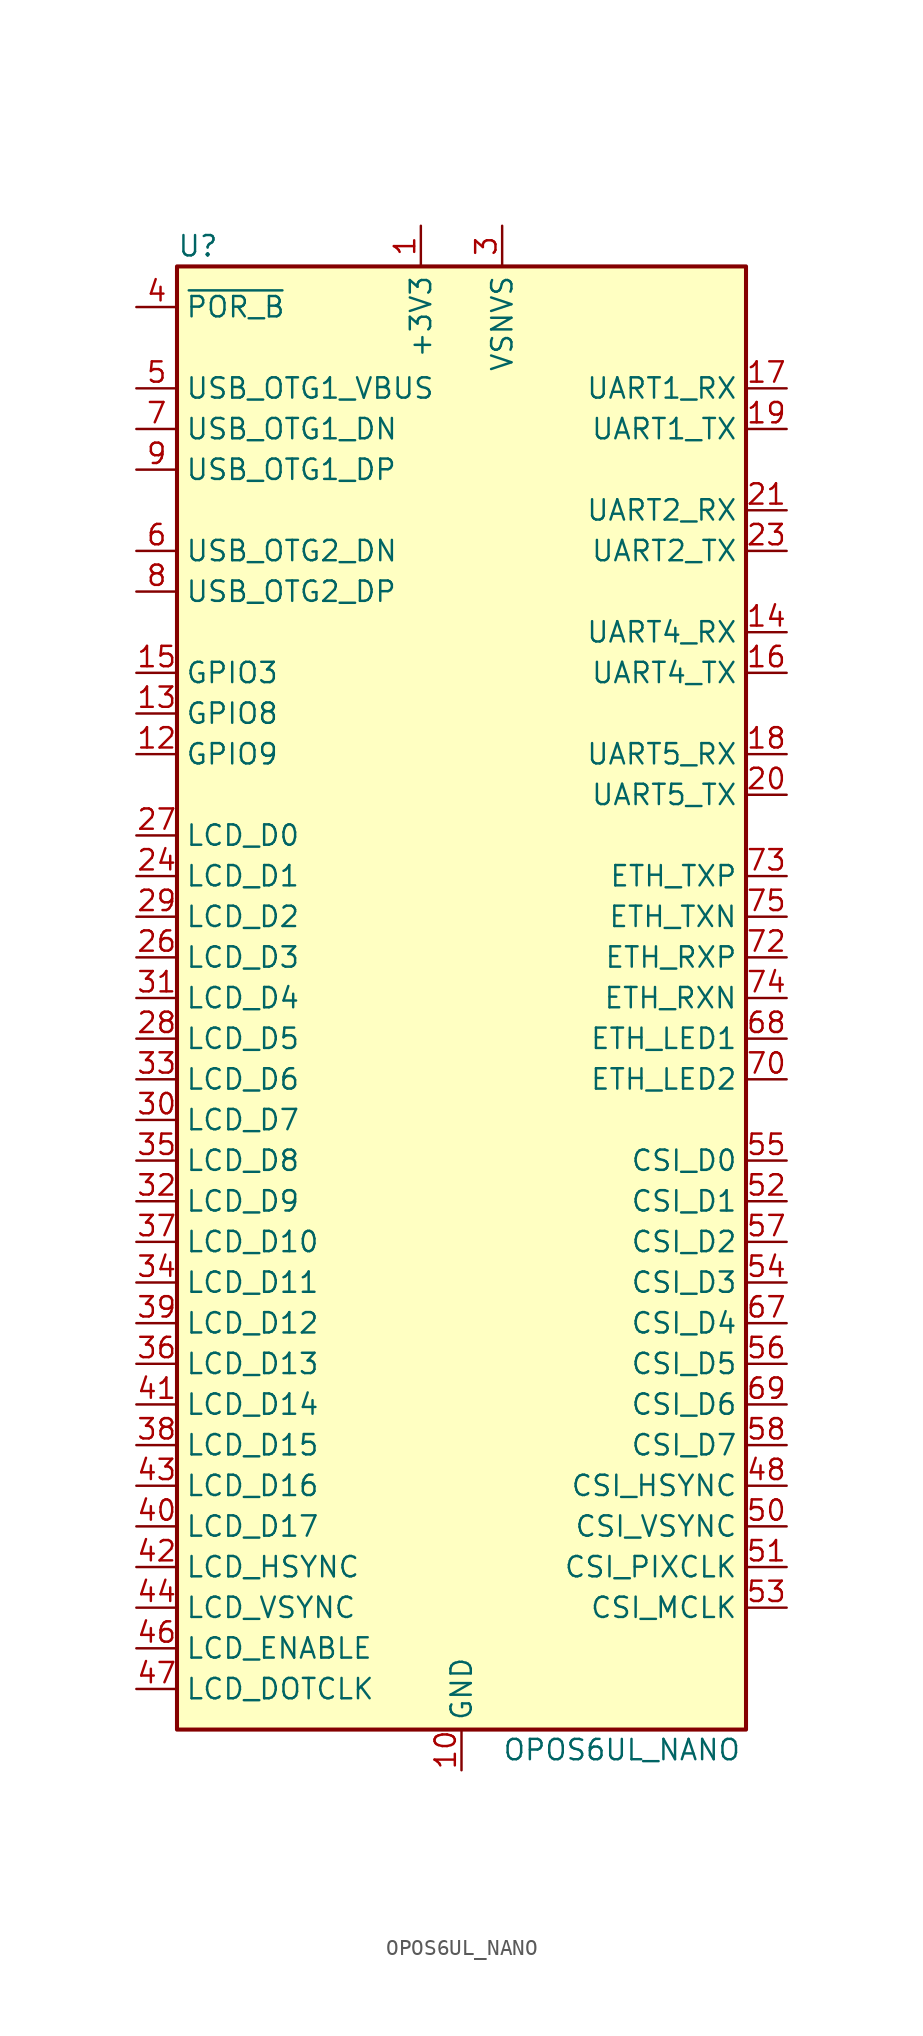
<source format=kicad_sym>
(kicad_symbol_lib
  (version 20211014)
  (generator kicad_symbol_editor)
  (symbol "OPOS6UL_NANO"
    (property "Reference" "U"
      (at -17.78 46.99 0)
      (effects (font (size 1.27 1.27)) (justify left)))
    (property "Value" "OPOS6UL_NANO"
      (at 2.54 -46.99 0)
      (effects (font (size 1.27 1.27)) (justify left)))
    (symbol "OPOS6UL_NANO_0_1"
      (rectangle (start -17.78 45.72) (end 17.78 -45.72) (stroke (width 0.254) (type default) (color 0 0 0 0)) (fill (type background))))
    (symbol "OPOS6UL_NANO_1_1"
      (pin power_in line (at -2.54 48.26 270) (length 2.54) (name "+3V3" (effects (font (size 1.27 1.27)))) (number "1" (effects (font (size 1.27 1.27)))))
      (pin power_in line (at 0 -48.26 90) (length 2.54) (name "GND" (effects (font (size 1.27 1.27)))) (number "10" (effects (font (size 1.27 1.27)))))
      (pin passive line (at 0 -48.26 90) (length 2.54) hide (name "GND" (effects (font (size 1.27 1.27)))) (number "11" (effects (font (size 1.27 1.27)))))
      (pin bidirectional line (at -20.32 15.24 0) (length 2.54) (name "GPIO9" (effects (font (size 1.27 1.27)))) (number "12" (effects (font (size 1.27 1.27)))))
      (pin bidirectional line (at -20.32 17.78 0) (length 2.54) (name "GPIO8" (effects (font (size 1.27 1.27)))) (number "13" (effects (font (size 1.27 1.27)))))
      (pin bidirectional line (at 20.32 22.86 180) (length 2.54) (name "UART4_RX" (effects (font (size 1.27 1.27)))) (number "14" (effects (font (size 1.27 1.27)))))
      (pin bidirectional line (at -20.32 20.32 0) (length 2.54) (name "GPIO3" (effects (font (size 1.27 1.27)))) (number "15" (effects (font (size 1.27 1.27)))))
      (pin bidirectional line (at 20.32 20.32 180) (length 2.54) (name "UART4_TX" (effects (font (size 1.27 1.27)))) (number "16" (effects (font (size 1.27 1.27)))))
      (pin bidirectional line (at 20.32 38.1 180) (length 2.54) (name "UART1_RX" (effects (font (size 1.27 1.27)))) (number "17" (effects (font (size 1.27 1.27)))))
      (pin bidirectional line (at 20.32 15.24 180) (length 2.54) (name "UART5_RX" (effects (font (size 1.27 1.27)))) (number "18" (effects (font (size 1.27 1.27)))))
      (pin bidirectional line (at 20.32 35.56 180) (length 2.54) (name "UART1_TX" (effects (font (size 1.27 1.27)))) (number "19" (effects (font (size 1.27 1.27)))))
      (pin passive line (at -2.54 48.26 270) (length 2.54) hide (name "+3V3" (effects (font (size 1.27 1.27)))) (number "2" (effects (font (size 1.27 1.27)))))
      (pin bidirectional line (at 20.32 12.7 180) (length 2.54) (name "UART5_TX" (effects (font (size 1.27 1.27)))) (number "20" (effects (font (size 1.27 1.27)))))
      (pin bidirectional line (at 20.32 30.48 180) (length 2.54) (name "UART2_RX" (effects (font (size 1.27 1.27)))) (number "21" (effects (font (size 1.27 1.27)))))
      (pin passive line (at 0 -48.26 90) (length 2.54) hide (name "GND" (effects (font (size 1.27 1.27)))) (number "22" (effects (font (size 1.27 1.27)))))
      (pin bidirectional line (at 20.32 27.94 180) (length 2.54) (name "UART2_TX" (effects (font (size 1.27 1.27)))) (number "23" (effects (font (size 1.27 1.27)))))
      (pin bidirectional line (at -20.32 7.62 0) (length 2.54) (name "LCD_D1" (effects (font (size 1.27 1.27)))) (number "24" (effects (font (size 1.27 1.27)))))
      (pin passive line (at 0 -48.26 90) (length 2.54) hide (name "GND" (effects (font (size 1.27 1.27)))) (number "25" (effects (font (size 1.27 1.27)))))
      (pin bidirectional line (at -20.32 2.54 0) (length 2.54) (name "LCD_D3" (effects (font (size 1.27 1.27)))) (number "26" (effects (font (size 1.27 1.27)))))
      (pin bidirectional line (at -20.32 10.16 0) (length 2.54) (name "LCD_D0" (effects (font (size 1.27 1.27)))) (number "27" (effects (font (size 1.27 1.27)))))
      (pin bidirectional line (at -20.32 -2.54 0) (length 2.54) (name "LCD_D5" (effects (font (size 1.27 1.27)))) (number "28" (effects (font (size 1.27 1.27)))))
      (pin bidirectional line (at -20.32 5.08 0) (length 2.54) (name "LCD_D2" (effects (font (size 1.27 1.27)))) (number "29" (effects (font (size 1.27 1.27)))))
      (pin power_in line (at 2.54 48.26 270) (length 2.54) (name "VSNVS" (effects (font (size 1.27 1.27)))) (number "3" (effects (font (size 1.27 1.27)))))
      (pin bidirectional line (at -20.32 -7.62 0) (length 2.54) (name "LCD_D7" (effects (font (size 1.27 1.27)))) (number "30" (effects (font (size 1.27 1.27)))))
      (pin bidirectional line (at -20.32 0 0) (length 2.54) (name "LCD_D4" (effects (font (size 1.27 1.27)))) (number "31" (effects (font (size 1.27 1.27)))))
      (pin bidirectional line (at -20.32 -12.7 0) (length 2.54) (name "LCD_D9" (effects (font (size 1.27 1.27)))) (number "32" (effects (font (size 1.27 1.27)))))
      (pin bidirectional line (at -20.32 -5.08 0) (length 2.54) (name "LCD_D6" (effects (font (size 1.27 1.27)))) (number "33" (effects (font (size 1.27 1.27)))))
      (pin bidirectional line (at -20.32 -17.78 0) (length 2.54) (name "LCD_D11" (effects (font (size 1.27 1.27)))) (number "34" (effects (font (size 1.27 1.27)))))
      (pin bidirectional line (at -20.32 -10.16 0) (length 2.54) (name "LCD_D8" (effects (font (size 1.27 1.27)))) (number "35" (effects (font (size 1.27 1.27)))))
      (pin bidirectional line (at -20.32 -22.86 0) (length 2.54) (name "LCD_D13" (effects (font (size 1.27 1.27)))) (number "36" (effects (font (size 1.27 1.27)))))
      (pin bidirectional line (at -20.32 -15.24 0) (length 2.54) (name "LCD_D10" (effects (font (size 1.27 1.27)))) (number "37" (effects (font (size 1.27 1.27)))))
      (pin bidirectional line (at -20.32 -27.94 0) (length 2.54) (name "LCD_D15" (effects (font (size 1.27 1.27)))) (number "38" (effects (font (size 1.27 1.27)))))
      (pin bidirectional line (at -20.32 -20.32 0) (length 2.54) (name "LCD_D12" (effects (font (size 1.27 1.27)))) (number "39" (effects (font (size 1.27 1.27)))))
      (pin input line (at -20.32 43.18 0) (length 2.54) (name "~{POR_B}" (effects (font (size 1.27 1.27)))) (number "4" (effects (font (size 1.27 1.27)))))
      (pin bidirectional line (at -20.32 -33.02 0) (length 2.54) (name "LCD_D17" (effects (font (size 1.27 1.27)))) (number "40" (effects (font (size 1.27 1.27)))))
      (pin bidirectional line (at -20.32 -25.4 0) (length 2.54) (name "LCD_D14" (effects (font (size 1.27 1.27)))) (number "41" (effects (font (size 1.27 1.27)))))
      (pin bidirectional line (at -20.32 -35.56 0) (length 2.54) (name "LCD_HSYNC" (effects (font (size 1.27 1.27)))) (number "42" (effects (font (size 1.27 1.27)))))
      (pin bidirectional line (at -20.32 -30.48 0) (length 2.54) (name "LCD_D16" (effects (font (size 1.27 1.27)))) (number "43" (effects (font (size 1.27 1.27)))))
      (pin bidirectional line (at -20.32 -38.1 0) (length 2.54) (name "LCD_VSYNC" (effects (font (size 1.27 1.27)))) (number "44" (effects (font (size 1.27 1.27)))))
      (pin passive line (at 0 -48.26 90) (length 2.54) hide (name "GND" (effects (font (size 1.27 1.27)))) (number "45" (effects (font (size 1.27 1.27)))))
      (pin bidirectional line (at -20.32 -40.64 0) (length 2.54) (name "LCD_ENABLE" (effects (font (size 1.27 1.27)))) (number "46" (effects (font (size 1.27 1.27)))))
      (pin bidirectional line (at -20.32 -43.18 0) (length 2.54) (name "LCD_DOTCLK" (effects (font (size 1.27 1.27)))) (number "47" (effects (font (size 1.27 1.27)))))
      (pin bidirectional line (at 20.32 -30.48 180) (length 2.54) (name "CSI_HSYNC" (effects (font (size 1.27 1.27)))) (number "48" (effects (font (size 1.27 1.27)))))
      (pin passive line (at 0 -48.26 90) (length 2.54) hide (name "GND" (effects (font (size 1.27 1.27)))) (number "49" (effects (font (size 1.27 1.27)))))
      (pin power_in line (at -20.32 38.1 0) (length 2.54) (name "USB_OTG1_VBUS" (effects (font (size 1.27 1.27)))) (number "5" (effects (font (size 1.27 1.27)))))
      (pin bidirectional line (at 20.32 -33.02 180) (length 2.54) (name "CSI_VSYNC" (effects (font (size 1.27 1.27)))) (number "50" (effects (font (size 1.27 1.27)))))
      (pin bidirectional line (at 20.32 -35.56 180) (length 2.54) (name "CSI_PIXCLK" (effects (font (size 1.27 1.27)))) (number "51" (effects (font (size 1.27 1.27)))))
      (pin bidirectional line (at 20.32 -12.7 180) (length 2.54) (name "CSI_D1" (effects (font (size 1.27 1.27)))) (number "52" (effects (font (size 1.27 1.27)))))
      (pin bidirectional line (at 20.32 -38.1 180) (length 2.54) (name "CSI_MCLK" (effects (font (size 1.27 1.27)))) (number "53" (effects (font (size 1.27 1.27)))))
      (pin bidirectional line (at 20.32 -17.78 180) (length 2.54) (name "CSI_D3" (effects (font (size 1.27 1.27)))) (number "54" (effects (font (size 1.27 1.27)))))
      (pin bidirectional line (at 20.32 -10.16 180) (length 2.54) (name "CSI_D0" (effects (font (size 1.27 1.27)))) (number "55" (effects (font (size 1.27 1.27)))))
      (pin bidirectional line (at 20.32 -22.86 180) (length 2.54) (name "CSI_D5" (effects (font (size 1.27 1.27)))) (number "56" (effects (font (size 1.27 1.27)))))
      (pin bidirectional line (at 20.32 -15.24 180) (length 2.54) (name "CSI_D2" (effects (font (size 1.27 1.27)))) (number "57" (effects (font (size 1.27 1.27)))))
      (pin bidirectional line (at 20.32 -27.94 180) (length 2.54) (name "CSI_D7" (effects (font (size 1.27 1.27)))) (number "58" (effects (font (size 1.27 1.27)))))
      (pin bidirectional line (at -20.32 27.94 0) (length 2.54) (name "USB_OTG2_DN" (effects (font (size 1.27 1.27)))) (number "6" (effects (font (size 1.27 1.27)))))
      (pin bidirectional line (at 20.32 -20.32 180) (length 2.54) (name "CSI_D4" (effects (font (size 1.27 1.27)))) (number "67" (effects (font (size 1.27 1.27)))))
      (pin output line (at 20.32 -2.54 180) (length 2.54) (name "ETH_LED1" (effects (font (size 1.27 1.27)))) (number "68" (effects (font (size 1.27 1.27)))))
      (pin bidirectional line (at 20.32 -25.4 180) (length 2.54) (name "CSI_D6" (effects (font (size 1.27 1.27)))) (number "69" (effects (font (size 1.27 1.27)))))
      (pin bidirectional line (at -20.32 35.56 0) (length 2.54) (name "USB_OTG1_DN" (effects (font (size 1.27 1.27)))) (number "7" (effects (font (size 1.27 1.27)))))
      (pin output line (at 20.32 -5.08 180) (length 2.54) (name "ETH_LED2" (effects (font (size 1.27 1.27)))) (number "70" (effects (font (size 1.27 1.27)))))
      (pin passive line (at 0 -48.26 90) (length 2.54) hide (name "GND" (effects (font (size 1.27 1.27)))) (number "71" (effects (font (size 1.27 1.27)))))
      (pin input line (at 20.32 2.54 180) (length 2.54) (name "ETH_RXP" (effects (font (size 1.27 1.27)))) (number "72" (effects (font (size 1.27 1.27)))))
      (pin output line (at 20.32 7.62 180) (length 2.54) (name "ETH_TXP" (effects (font (size 1.27 1.27)))) (number "73" (effects (font (size 1.27 1.27)))))
      (pin input line (at 20.32 0 180) (length 2.54) (name "ETH_RXN" (effects (font (size 1.27 1.27)))) (number "74" (effects (font (size 1.27 1.27)))))
      (pin output line (at 20.32 5.08 180) (length 2.54) (name "ETH_TXN" (effects (font (size 1.27 1.27)))) (number "75" (effects (font (size 1.27 1.27)))))
      (pin bidirectional line (at -20.32 25.4 0) (length 2.54) (name "USB_OTG2_DP" (effects (font (size 1.27 1.27)))) (number "8" (effects (font (size 1.27 1.27)))))
      (pin bidirectional line (at -20.32 33.02 0) (length 2.54) (name "USB_OTG1_DP" (effects (font (size 1.27 1.27)))) (number "9" (effects (font (size 1.27 1.27))))))))
</source>
